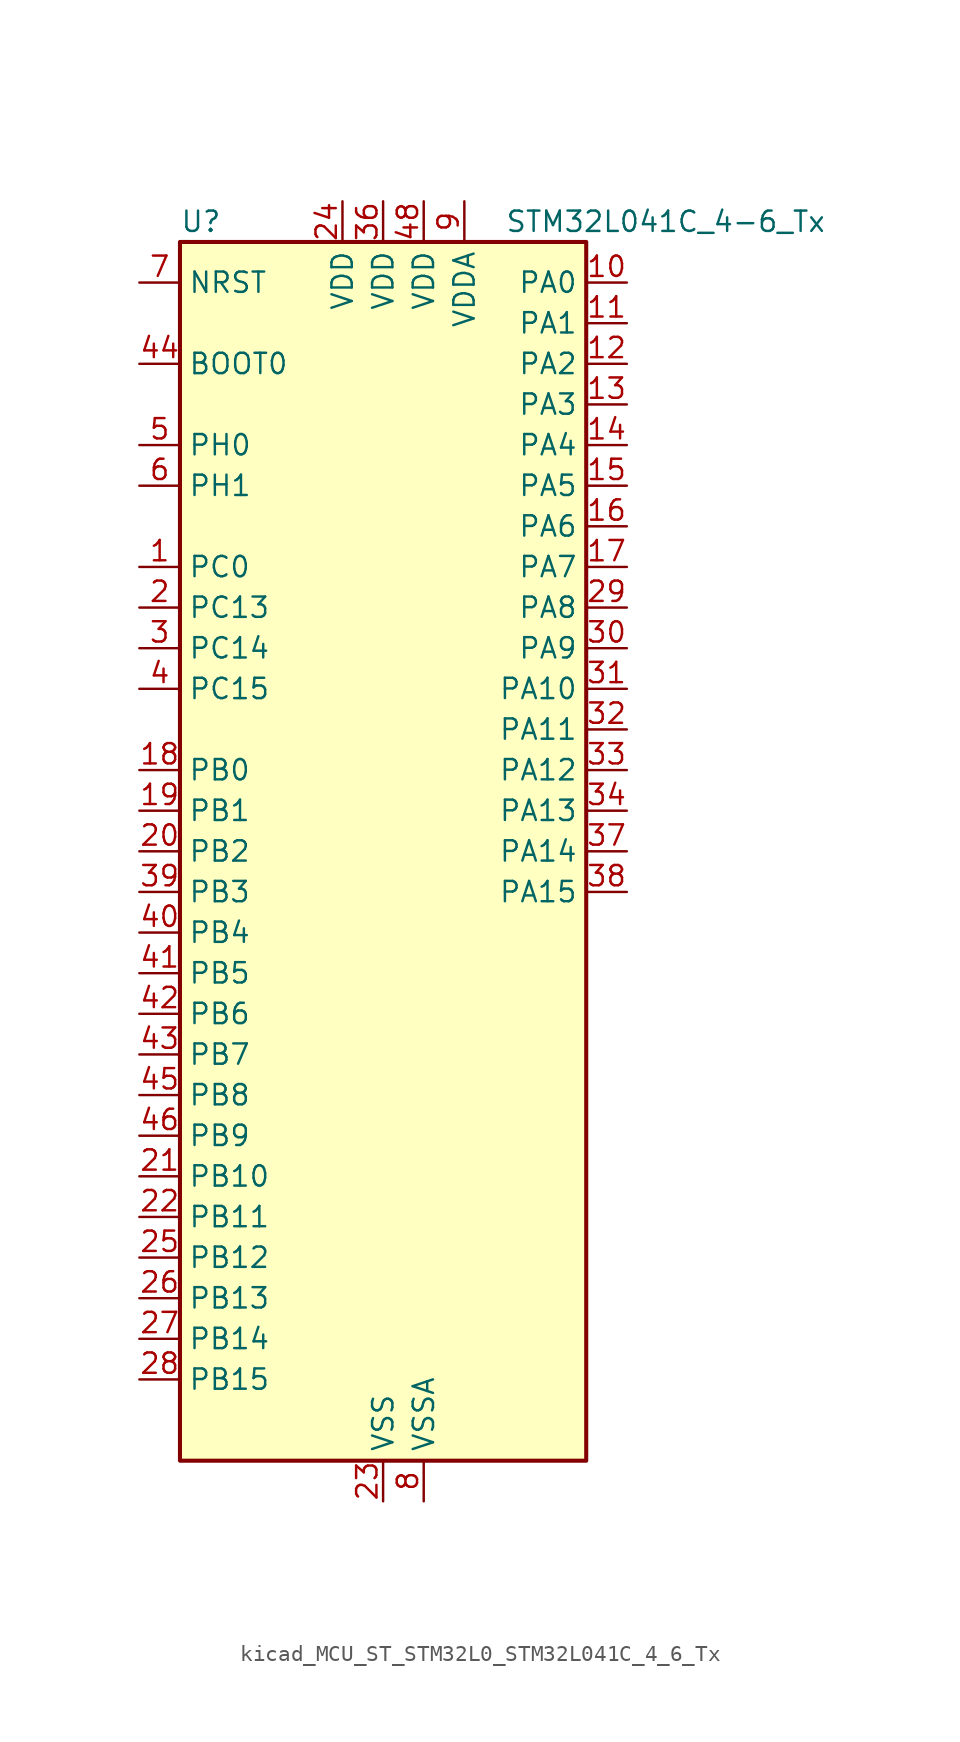
<source format=kicad_sym>
(kicad_symbol_lib
  (version 20220914)
  (generator kicad_symbol_editor)
  (symbol "kicad_MCU_ST_STM32L0_STM32L041C_4_6_Tx"
    (property "Reference" "U"
      (at -12.7 39.37 0)
      (effects (font (size 1.27 1.27)) (justify left)))
    (property "Value" "STM32L041C_4-6_Tx"
      (at 7.62 39.37 0)
      (effects (font (size 1.27 1.27)) (justify left)))
    (property "ki_locked" ""
      (at 0 0 0)
      (effects (font (size 1.27 1.27))))
    (symbol "kicad_MCU_ST_STM32L0_STM32L041C_4_6_Tx_0_1"
      (rectangle (start -12.7 -38.1) (end 12.7 38.1) (stroke (width 0.254) (type default)) (fill (type background))))
    (symbol "kicad_MCU_ST_STM32L0_STM32L041C_4_6_Tx_1_1"
      (pin bidirectional line (at -15.24 17.78 0) (length 2.54) (name "PC0" (effects (font (size 1.27 1.27)))) (number "1" (effects (font (size 1.27 1.27)))) (alternate "LPTIM1_IN1" bidirectional line) (alternate "LPUART1_RX" bidirectional line))
      (pin bidirectional line (at 15.24 35.56 180) (length 2.54) (name "PA0" (effects (font (size 1.27 1.27)))) (number "10" (effects (font (size 1.27 1.27)))) (alternate "ADC_IN0" bidirectional line) (alternate "COMP1_INM" bidirectional line) (alternate "COMP1_OUT" bidirectional line) (alternate "LPTIM1_IN1" bidirectional line) (alternate "RTC_TAMP2" bidirectional line) (alternate "SYS_WKUP1" bidirectional line) (alternate "TIM2_CH1" bidirectional line) (alternate "TIM2_ETR" bidirectional line) (alternate "USART2_CTS" bidirectional line))
      (pin bidirectional line (at 15.24 33.02 180) (length 2.54) (name "PA1" (effects (font (size 1.27 1.27)))) (number "11" (effects (font (size 1.27 1.27)))) (alternate "ADC_IN1" bidirectional line) (alternate "COMP1_INP" bidirectional line) (alternate "I2C1_SMBA" bidirectional line) (alternate "LPTIM1_IN2" bidirectional line) (alternate "TIM21_ETR" bidirectional line) (alternate "TIM2_CH2" bidirectional line) (alternate "USART2_DE" bidirectional line) (alternate "USART2_RTS" bidirectional line))
      (pin bidirectional line (at 15.24 30.48 180) (length 2.54) (name "PA2" (effects (font (size 1.27 1.27)))) (number "12" (effects (font (size 1.27 1.27)))) (alternate "ADC_IN2" bidirectional line) (alternate "COMP2_INM" bidirectional line) (alternate "COMP2_OUT" bidirectional line) (alternate "LPUART1_TX" bidirectional line) (alternate "RTC_OUT_ALARM" bidirectional line) (alternate "RTC_OUT_CALIB" bidirectional line) (alternate "RTC_TAMP3" bidirectional line) (alternate "RTC_TS" bidirectional line) (alternate "SYS_WKUP3" bidirectional line) (alternate "TIM21_CH1" bidirectional line) (alternate "TIM2_CH3" bidirectional line) (alternate "USART2_TX" bidirectional line))
      (pin bidirectional line (at 15.24 27.94 180) (length 2.54) (name "PA3" (effects (font (size 1.27 1.27)))) (number "13" (effects (font (size 1.27 1.27)))) (alternate "ADC_IN3" bidirectional line) (alternate "COMP2_INP" bidirectional line) (alternate "LPUART1_RX" bidirectional line) (alternate "TIM21_CH2" bidirectional line) (alternate "TIM2_CH4" bidirectional line) (alternate "USART2_RX" bidirectional line))
      (pin bidirectional line (at 15.24 25.4 180) (length 2.54) (name "PA4" (effects (font (size 1.27 1.27)))) (number "14" (effects (font (size 1.27 1.27)))) (alternate "ADC_IN4" bidirectional line) (alternate "COMP1_INM" bidirectional line) (alternate "COMP2_INM" bidirectional line) (alternate "LPTIM1_IN1" bidirectional line) (alternate "SPI1_NSS" bidirectional line) (alternate "TIM22_ETR" bidirectional line) (alternate "USART2_CK" bidirectional line))
      (pin bidirectional line (at 15.24 22.86 180) (length 2.54) (name "PA5" (effects (font (size 1.27 1.27)))) (number "15" (effects (font (size 1.27 1.27)))) (alternate "ADC_IN5" bidirectional line) (alternate "COMP1_INM" bidirectional line) (alternate "COMP2_INM" bidirectional line) (alternate "LPTIM1_IN2" bidirectional line) (alternate "SPI1_SCK" bidirectional line) (alternate "TIM2_CH1" bidirectional line) (alternate "TIM2_ETR" bidirectional line))
      (pin bidirectional line (at 15.24 20.32 180) (length 2.54) (name "PA6" (effects (font (size 1.27 1.27)))) (number "16" (effects (font (size 1.27 1.27)))) (alternate "ADC_IN6" bidirectional line) (alternate "COMP1_OUT" bidirectional line) (alternate "LPTIM1_ETR" bidirectional line) (alternate "LPUART1_CTS" bidirectional line) (alternate "SPI1_MISO" bidirectional line) (alternate "TIM22_CH1" bidirectional line))
      (pin bidirectional line (at 15.24 17.78 180) (length 2.54) (name "PA7" (effects (font (size 1.27 1.27)))) (number "17" (effects (font (size 1.27 1.27)))) (alternate "ADC_IN7" bidirectional line) (alternate "COMP2_OUT" bidirectional line) (alternate "LPTIM1_OUT" bidirectional line) (alternate "SPI1_MOSI" bidirectional line) (alternate "TIM22_CH2" bidirectional line) (alternate "USART2_CTS" bidirectional line))
      (pin bidirectional line (at -15.24 5.08 0) (length 2.54) (name "PB0" (effects (font (size 1.27 1.27)))) (number "18" (effects (font (size 1.27 1.27)))) (alternate "ADC_IN8" bidirectional line) (alternate "SPI1_MISO" bidirectional line) (alternate "SYS_VREF_OUT_PB0" bidirectional line) (alternate "TIM2_CH3" bidirectional line) (alternate "USART2_DE" bidirectional line) (alternate "USART2_RTS" bidirectional line))
      (pin bidirectional line (at -15.24 2.54 0) (length 2.54) (name "PB1" (effects (font (size 1.27 1.27)))) (number "19" (effects (font (size 1.27 1.27)))) (alternate "ADC_IN9" bidirectional line) (alternate "LPUART1_DE" bidirectional line) (alternate "LPUART1_RTS" bidirectional line) (alternate "SPI1_MOSI" bidirectional line) (alternate "SYS_VREF_OUT_PB1" bidirectional line) (alternate "TIM2_CH4" bidirectional line) (alternate "USART2_CK" bidirectional line))
      (pin bidirectional line (at -15.24 15.24 0) (length 2.54) (name "PC13" (effects (font (size 1.27 1.27)))) (number "2" (effects (font (size 1.27 1.27)))) (alternate "RTC_TAMP1" bidirectional line) (alternate "SYS_WKUP2" bidirectional line))
      (pin bidirectional line (at -15.24 0 0) (length 2.54) (name "PB2" (effects (font (size 1.27 1.27)))) (number "20" (effects (font (size 1.27 1.27)))) (alternate "LPTIM1_OUT" bidirectional line))
      (pin bidirectional line (at -15.24 -20.32 0) (length 2.54) (name "PB10" (effects (font (size 1.27 1.27)))) (number "21" (effects (font (size 1.27 1.27)))) (alternate "LPUART1_TX" bidirectional line) (alternate "TIM2_CH3" bidirectional line))
      (pin bidirectional line (at -15.24 -22.86 0) (length 2.54) (name "PB11" (effects (font (size 1.27 1.27)))) (number "22" (effects (font (size 1.27 1.27)))) (alternate "ADC_EXTI11" bidirectional line) (alternate "LPUART1_RX" bidirectional line) (alternate "TIM2_CH4" bidirectional line))
      (pin power_in line (at 0 -40.64 90) (length 2.54) (name "VSS" (effects (font (size 1.27 1.27)))) (number "23" (effects (font (size 1.27 1.27)))))
      (pin power_in line (at -2.54 40.64 270) (length 2.54) (name "VDD" (effects (font (size 1.27 1.27)))) (number "24" (effects (font (size 1.27 1.27)))))
      (pin bidirectional line (at -15.24 -25.4 0) (length 2.54) (name "PB12" (effects (font (size 1.27 1.27)))) (number "25" (effects (font (size 1.27 1.27)))) (alternate "SPI1_NSS" bidirectional line))
      (pin bidirectional line (at -15.24 -27.94 0) (length 2.54) (name "PB13" (effects (font (size 1.27 1.27)))) (number "26" (effects (font (size 1.27 1.27)))) (alternate "LPUART1_CTS" bidirectional line) (alternate "RCC_MCO" bidirectional line) (alternate "SPI1_SCK" bidirectional line) (alternate "TIM21_CH1" bidirectional line))
      (pin bidirectional line (at -15.24 -30.48 0) (length 2.54) (name "PB14" (effects (font (size 1.27 1.27)))) (number "27" (effects (font (size 1.27 1.27)))) (alternate "LPUART1_DE" bidirectional line) (alternate "LPUART1_RTS" bidirectional line) (alternate "RTC_OUT_ALARM" bidirectional line) (alternate "RTC_OUT_CALIB" bidirectional line) (alternate "SPI1_MISO" bidirectional line) (alternate "TIM21_CH2" bidirectional line))
      (pin bidirectional line (at -15.24 -33.02 0) (length 2.54) (name "PB15" (effects (font (size 1.27 1.27)))) (number "28" (effects (font (size 1.27 1.27)))) (alternate "RTC_REFIN" bidirectional line) (alternate "SPI1_MOSI" bidirectional line))
      (pin bidirectional line (at 15.24 15.24 180) (length 2.54) (name "PA8" (effects (font (size 1.27 1.27)))) (number "29" (effects (font (size 1.27 1.27)))) (alternate "LPTIM1_IN1" bidirectional line) (alternate "RCC_MCO" bidirectional line) (alternate "TIM2_CH1" bidirectional line) (alternate "USART2_CK" bidirectional line))
      (pin bidirectional line (at -15.24 12.7 0) (length 2.54) (name "PC14" (effects (font (size 1.27 1.27)))) (number "3" (effects (font (size 1.27 1.27)))) (alternate "RCC_OSC32_IN" bidirectional line))
      (pin bidirectional line (at 15.24 12.7 180) (length 2.54) (name "PA9" (effects (font (size 1.27 1.27)))) (number "30" (effects (font (size 1.27 1.27)))) (alternate "I2C1_SCL" bidirectional line) (alternate "RCC_MCO" bidirectional line) (alternate "TIM22_CH1" bidirectional line) (alternate "USART2_TX" bidirectional line))
      (pin bidirectional line (at 15.24 10.16 180) (length 2.54) (name "PA10" (effects (font (size 1.27 1.27)))) (number "31" (effects (font (size 1.27 1.27)))) (alternate "I2C1_SDA" bidirectional line) (alternate "TIM22_CH2" bidirectional line) (alternate "USART2_RX" bidirectional line))
      (pin bidirectional line (at 15.24 7.62 180) (length 2.54) (name "PA11" (effects (font (size 1.27 1.27)))) (number "32" (effects (font (size 1.27 1.27)))) (alternate "ADC_EXTI11" bidirectional line) (alternate "COMP1_OUT" bidirectional line) (alternate "SPI1_MISO" bidirectional line) (alternate "TIM21_CH2" bidirectional line) (alternate "USART2_CTS" bidirectional line))
      (pin bidirectional line (at 15.24 5.08 180) (length 2.54) (name "PA12" (effects (font (size 1.27 1.27)))) (number "33" (effects (font (size 1.27 1.27)))) (alternate "COMP2_OUT" bidirectional line) (alternate "SPI1_MOSI" bidirectional line) (alternate "USART2_DE" bidirectional line) (alternate "USART2_RTS" bidirectional line))
      (pin bidirectional line (at 15.24 2.54 180) (length 2.54) (name "PA13" (effects (font (size 1.27 1.27)))) (number "34" (effects (font (size 1.27 1.27)))) (alternate "LPTIM1_ETR" bidirectional line) (alternate "LPUART1_RX" bidirectional line) (alternate "SYS_SWDIO" bidirectional line))
      (pin passive line (at 0 -40.64 90) (length 2.54) hide (name "VSS" (effects (font (size 1.27 1.27)))) (number "35" (effects (font (size 1.27 1.27)))))
      (pin power_in line (at 0 40.64 270) (length 2.54) (name "VDD" (effects (font (size 1.27 1.27)))) (number "36" (effects (font (size 1.27 1.27)))))
      (pin bidirectional line (at 15.24 0 180) (length 2.54) (name "PA14" (effects (font (size 1.27 1.27)))) (number "37" (effects (font (size 1.27 1.27)))) (alternate "I2C1_SMBA" bidirectional line) (alternate "LPTIM1_OUT" bidirectional line) (alternate "LPUART1_TX" bidirectional line) (alternate "SYS_SWCLK" bidirectional line) (alternate "USART2_TX" bidirectional line))
      (pin bidirectional line (at 15.24 -2.54 180) (length 2.54) (name "PA15" (effects (font (size 1.27 1.27)))) (number "38" (effects (font (size 1.27 1.27)))) (alternate "SPI1_NSS" bidirectional line) (alternate "TIM2_CH1" bidirectional line) (alternate "TIM2_ETR" bidirectional line) (alternate "USART2_RX" bidirectional line))
      (pin bidirectional line (at -15.24 -2.54 0) (length 2.54) (name "PB3" (effects (font (size 1.27 1.27)))) (number "39" (effects (font (size 1.27 1.27)))) (alternate "COMP2_INM" bidirectional line) (alternate "SPI1_SCK" bidirectional line) (alternate "TIM2_CH2" bidirectional line))
      (pin bidirectional line (at -15.24 10.16 0) (length 2.54) (name "PC15" (effects (font (size 1.27 1.27)))) (number "4" (effects (font (size 1.27 1.27)))) (alternate "RCC_OSC32_OUT" bidirectional line))
      (pin bidirectional line (at -15.24 -5.08 0) (length 2.54) (name "PB4" (effects (font (size 1.27 1.27)))) (number "40" (effects (font (size 1.27 1.27)))) (alternate "COMP2_INP" bidirectional line) (alternate "SPI1_MISO" bidirectional line) (alternate "TIM22_CH1" bidirectional line))
      (pin bidirectional line (at -15.24 -7.62 0) (length 2.54) (name "PB5" (effects (font (size 1.27 1.27)))) (number "41" (effects (font (size 1.27 1.27)))) (alternate "COMP2_INP" bidirectional line) (alternate "I2C1_SMBA" bidirectional line) (alternate "LPTIM1_IN1" bidirectional line) (alternate "SPI1_MOSI" bidirectional line) (alternate "TIM22_CH2" bidirectional line))
      (pin bidirectional line (at -15.24 -10.16 0) (length 2.54) (name "PB6" (effects (font (size 1.27 1.27)))) (number "42" (effects (font (size 1.27 1.27)))) (alternate "COMP2_INP" bidirectional line) (alternate "I2C1_SCL" bidirectional line) (alternate "LPTIM1_ETR" bidirectional line) (alternate "TIM21_CH1" bidirectional line) (alternate "USART2_TX" bidirectional line))
      (pin bidirectional line (at -15.24 -12.7 0) (length 2.54) (name "PB7" (effects (font (size 1.27 1.27)))) (number "43" (effects (font (size 1.27 1.27)))) (alternate "COMP2_INP" bidirectional line) (alternate "I2C1_SDA" bidirectional line) (alternate "LPTIM1_IN2" bidirectional line) (alternate "SYS_PVD_IN" bidirectional line) (alternate "USART2_RX" bidirectional line))
      (pin input line (at -15.24 30.48 0) (length 2.54) (name "BOOT0" (effects (font (size 1.27 1.27)))) (number "44" (effects (font (size 1.27 1.27)))))
      (pin bidirectional line (at -15.24 -15.24 0) (length 2.54) (name "PB8" (effects (font (size 1.27 1.27)))) (number "45" (effects (font (size 1.27 1.27)))) (alternate "I2C1_SCL" bidirectional line))
      (pin bidirectional line (at -15.24 -17.78 0) (length 2.54) (name "PB9" (effects (font (size 1.27 1.27)))) (number "46" (effects (font (size 1.27 1.27)))) (alternate "I2C1_SDA" bidirectional line))
      (pin passive line (at 0 -40.64 90) (length 2.54) hide (name "VSS" (effects (font (size 1.27 1.27)))) (number "47" (effects (font (size 1.27 1.27)))))
      (pin power_in line (at 2.54 40.64 270) (length 2.54) (name "VDD" (effects (font (size 1.27 1.27)))) (number "48" (effects (font (size 1.27 1.27)))))
      (pin bidirectional line (at -15.24 25.4 0) (length 2.54) (name "PH0" (effects (font (size 1.27 1.27)))) (number "5" (effects (font (size 1.27 1.27)))) (alternate "RCC_OSC_IN" bidirectional line))
      (pin bidirectional line (at -15.24 22.86 0) (length 2.54) (name "PH1" (effects (font (size 1.27 1.27)))) (number "6" (effects (font (size 1.27 1.27)))) (alternate "RCC_OSC_OUT" bidirectional line))
      (pin input line (at -15.24 35.56 0) (length 2.54) (name "NRST" (effects (font (size 1.27 1.27)))) (number "7" (effects (font (size 1.27 1.27)))))
      (pin power_in line (at 2.54 -40.64 90) (length 2.54) (name "VSSA" (effects (font (size 1.27 1.27)))) (number "8" (effects (font (size 1.27 1.27)))))
      (pin power_in line (at 5.08 40.64 270) (length 2.54) (name "VDDA" (effects (font (size 1.27 1.27)))) (number "9" (effects (font (size 1.27 1.27))))))))
</source>
